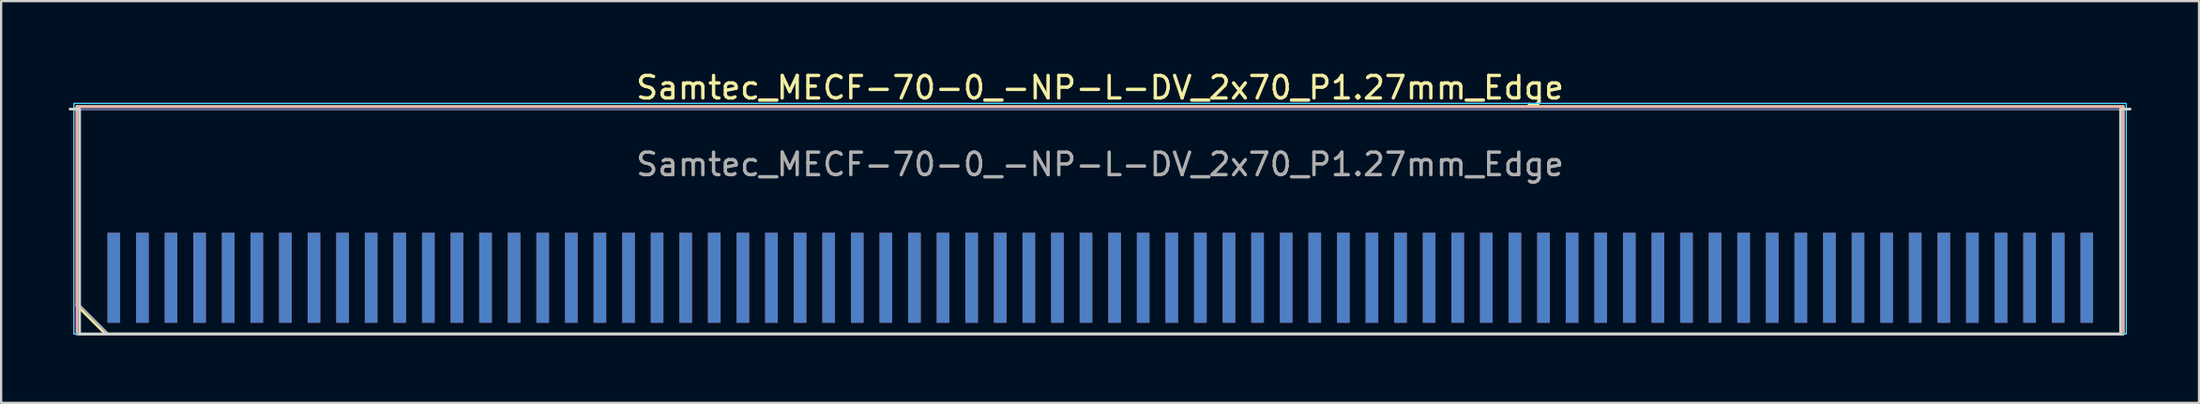
<source format=kicad_pcb>
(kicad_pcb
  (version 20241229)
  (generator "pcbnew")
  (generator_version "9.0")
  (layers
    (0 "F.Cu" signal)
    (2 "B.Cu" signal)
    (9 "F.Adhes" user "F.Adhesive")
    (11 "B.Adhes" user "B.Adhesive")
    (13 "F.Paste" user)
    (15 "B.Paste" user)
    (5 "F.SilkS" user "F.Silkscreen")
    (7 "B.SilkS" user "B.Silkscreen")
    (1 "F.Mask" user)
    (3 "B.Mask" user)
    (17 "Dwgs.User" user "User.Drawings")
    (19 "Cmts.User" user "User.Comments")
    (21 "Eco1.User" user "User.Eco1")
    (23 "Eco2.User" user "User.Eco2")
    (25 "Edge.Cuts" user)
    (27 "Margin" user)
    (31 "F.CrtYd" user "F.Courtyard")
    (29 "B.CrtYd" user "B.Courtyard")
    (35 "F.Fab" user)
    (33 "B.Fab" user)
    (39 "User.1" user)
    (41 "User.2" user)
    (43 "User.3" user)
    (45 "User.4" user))
  (footprint "Samtec_MECF-70-0_-NP-L-DV_2x70_P1.27mm_Edge"
    (layer "F.Cu")
    (at 45.81 6.798)
    (property "Reference" "Samtec_MECF-70-0_-NP-L-DV_2x70_P1.27mm_Edge" (at 0 -5.95 0) (layer "F.SilkS") (effects (font (size 1 1) (thickness 0.15))))
    (attr exclude_from_pos_files exclude_from_bom)
    (fp_line (start -45.44 -5.11) (end 45.44 -5.11) (stroke (width 0.12) (type solid)) (layer "F.SilkS"))
    (fp_line (start -45.44 3.73) (end -45.44 -5.11) (stroke (width 0.12) (type solid)) (layer "F.SilkS"))
    (fp_line (start -44.17 5) (end -45.44 3.73) (stroke (width 0.12) (type solid)) (layer "F.SilkS"))
    (fp_line (start -44.17 5) (end 45.44 5) (stroke (width 0.12) (type solid)) (layer "F.SilkS"))
    (fp_line (start 45.44 5) (end 45.44 -5.11) (stroke (width 0.12) (type solid)) (layer "F.SilkS"))
    (fp_line (start -45.44 -5.11) (end 45.44 -5.11) (stroke (width 0.12) (type solid)) (layer "B.SilkS"))
    (fp_line (start -45.44 5) (end -45.44 -5.11) (stroke (width 0.12) (type solid)) (layer "B.SilkS"))
    (fp_line (start -45.44 5) (end 45.44 5) (stroke (width 0.12) (type solid)) (layer "B.SilkS"))
    (fp_line (start 45.44 5) (end 45.44 -5.11) (stroke (width 0.12) (type solid)) (layer "B.SilkS"))
    (fp_line (start -45.75 -5) (end -45.325 -5) (stroke (width 0.12) (type solid)) (layer "Edge.Cuts"))
    (fp_line (start -45.325 5) (end -45.325 -5) (stroke (width 0.12) (type solid)) (layer "Edge.Cuts"))
    (fp_line (start -45.325 5) (end 45.325 5) (stroke (width 0.12) (type solid)) (layer "Edge.Cuts"))
    (fp_line (start 45.325 5) (end 45.325 -5) (stroke (width 0.12) (type solid)) (layer "Edge.Cuts"))
    (fp_line (start 45.75 -5) (end 45.325 -5) (stroke (width 0.12) (type solid)) (layer "Edge.Cuts"))
    (fp_rect (start -45.58 -5.25) (end 45.58 5) (stroke (width 0.05) (type solid)) (fill no) (layer "B.CrtYd"))
    (fp_rect (start -45.58 -5.25) (end 45.58 5) (stroke (width 0.05) (type solid)) (fill no) (layer "F.CrtYd"))
    (fp_line (start -45.325 -5) (end 45.325 -5) (stroke (width 0.1) (type solid)) (layer "B.Fab"))
    (fp_line (start -45.325 5) (end -45.325 -5) (stroke (width 0.1) (type solid)) (layer "B.Fab"))
    (fp_line (start -45.325 5) (end 45.325 5) (stroke (width 0.1) (type solid)) (layer "B.Fab"))
    (fp_line (start 45.325 5) (end 45.325 -5) (stroke (width 0.1) (type solid)) (layer "B.Fab"))
    (fp_line (start -45.325 -5) (end 45.325 -5) (stroke (width 0.1) (type solid)) (layer "F.Fab"))
    (fp_line (start -45.325 3.73) (end -45.325 -5) (stroke (width 0.1) (type solid)) (layer "F.Fab"))
    (fp_line (start -45.325 3.73) (end -44.055 5) (stroke (width 0.1) (type solid)) (layer "F.Fab"))
    (fp_line (start -44.055 5) (end 45.325 5) (stroke (width 0.1) (type solid)) (layer "F.Fab"))
    (fp_line (start 45.325 5) (end 45.325 -5) (stroke (width 0.1) (type solid)) (layer "F.Fab"))
    (fp_text user "${REFERENCE}" (at 0 -2.54 0) (layer "F.Fab") (effects (font (size 1 1) (thickness 0.15))))
    (pad "1" connect rect (at -43.805 2.5) (size 0.56 4) (layers "F.Cu" "F.Mask"))
    (pad "2" connect rect (at -43.805 2.5) (size 0.56 4) (layers "B.Cu" "B.Mask"))
    (pad "3" connect rect (at -42.535 2.5) (size 0.56 4) (layers "F.Cu" "F.Mask"))
    (pad "4" connect rect (at -42.535 2.5) (size 0.56 4) (layers "B.Cu" "B.Mask"))
    (pad "5" connect rect (at -41.265 2.5) (size 0.56 4) (layers "F.Cu" "F.Mask"))
    (pad "6" connect rect (at -41.265 2.5) (size 0.56 4) (layers "B.Cu" "B.Mask"))
    (pad "7" connect rect (at -39.995 2.5) (size 0.56 4) (layers "F.Cu" "F.Mask"))
    (pad "8" connect rect (at -39.995 2.5) (size 0.56 4) (layers "B.Cu" "B.Mask"))
    (pad "9" connect rect (at -38.725 2.5) (size 0.56 4) (layers "F.Cu" "F.Mask"))
    (pad "10" connect rect (at -38.725 2.5) (size 0.56 4) (layers "B.Cu" "B.Mask"))
    (pad "11" connect rect (at -37.455 2.5) (size 0.56 4) (layers "F.Cu" "F.Mask"))
    (pad "12" connect rect (at -37.455 2.5) (size 0.56 4) (layers "B.Cu" "B.Mask"))
    (pad "13" connect rect (at -36.185 2.5) (size 0.56 4) (layers "F.Cu" "F.Mask"))
    (pad "14" connect rect (at -36.185 2.5) (size 0.56 4) (layers "B.Cu" "B.Mask"))
    (pad "15" connect rect (at -34.915 2.5) (size 0.56 4) (layers "F.Cu" "F.Mask"))
    (pad "16" connect rect (at -34.915 2.5) (size 0.56 4) (layers "B.Cu" "B.Mask"))
    (pad "17" connect rect (at -33.645 2.5) (size 0.56 4) (layers "F.Cu" "F.Mask"))
    (pad "18" connect rect (at -33.645 2.5) (size 0.56 4) (layers "B.Cu" "B.Mask"))
    (pad "19" connect rect (at -32.375 2.5) (size 0.56 4) (layers "F.Cu" "F.Mask"))
    (pad "20" connect rect (at -32.375 2.5) (size 0.56 4) (layers "B.Cu" "B.Mask"))
    (pad "21" connect rect (at -31.105 2.5) (size 0.56 4) (layers "F.Cu" "F.Mask"))
    (pad "22" connect rect (at -31.105 2.5) (size 0.56 4) (layers "B.Cu" "B.Mask"))
    (pad "23" connect rect (at -29.835 2.5) (size 0.56 4) (layers "F.Cu" "F.Mask"))
    (pad "24" connect rect (at -29.835 2.5) (size 0.56 4) (layers "B.Cu" "B.Mask"))
    (pad "25" connect rect (at -28.565 2.5) (size 0.56 4) (layers "F.Cu" "F.Mask"))
    (pad "26" connect rect (at -28.565 2.5) (size 0.56 4) (layers "B.Cu" "B.Mask"))
    (pad "27" connect rect (at -27.295 2.5) (size 0.56 4) (layers "F.Cu" "F.Mask"))
    (pad "28" connect rect (at -27.295 2.5) (size 0.56 4) (layers "B.Cu" "B.Mask"))
    (pad "29" connect rect (at -26.025 2.5) (size 0.56 4) (layers "F.Cu" "F.Mask"))
    (pad "30" connect rect (at -26.025 2.5) (size 0.56 4) (layers "B.Cu" "B.Mask"))
    (pad "31" connect rect (at -24.755 2.5) (size 0.56 4) (layers "F.Cu" "F.Mask"))
    (pad "32" connect rect (at -24.755 2.5) (size 0.56 4) (layers "B.Cu" "B.Mask"))
    (pad "33" connect rect (at -23.485 2.5) (size 0.56 4) (layers "F.Cu" "F.Mask"))
    (pad "34" connect rect (at -23.485 2.5) (size 0.56 4) (layers "B.Cu" "B.Mask"))
    (pad "35" connect rect (at -22.215 2.5) (size 0.56 4) (layers "F.Cu" "F.Mask"))
    (pad "36" connect rect (at -22.215 2.5) (size 0.56 4) (layers "B.Cu" "B.Mask"))
    (pad "37" connect rect (at -20.945 2.5) (size 0.56 4) (layers "F.Cu" "F.Mask"))
    (pad "38" connect rect (at -20.945 2.5) (size 0.56 4) (layers "B.Cu" "B.Mask"))
    (pad "39" connect rect (at -19.675 2.5) (size 0.56 4) (layers "F.Cu" "F.Mask"))
    (pad "40" connect rect (at -19.675 2.5) (size 0.56 4) (layers "B.Cu" "B.Mask"))
    (pad "41" connect rect (at -18.405 2.5) (size 0.56 4) (layers "F.Cu" "F.Mask"))
    (pad "42" connect rect (at -18.405 2.5) (size 0.56 4) (layers "B.Cu" "B.Mask"))
    (pad "43" connect rect (at -17.135 2.5) (size 0.56 4) (layers "F.Cu" "F.Mask"))
    (pad "44" connect rect (at -17.135 2.5) (size 0.56 4) (layers "B.Cu" "B.Mask"))
    (pad "45" connect rect (at -15.865 2.5) (size 0.56 4) (layers "F.Cu" "F.Mask"))
    (pad "46" connect rect (at -15.865 2.5) (size 0.56 4) (layers "B.Cu" "B.Mask"))
    (pad "47" connect rect (at -14.595 2.5) (size 0.56 4) (layers "F.Cu" "F.Mask"))
    (pad "48" connect rect (at -14.595 2.5) (size 0.56 4) (layers "B.Cu" "B.Mask"))
    (pad "49" connect rect (at -13.325 2.5) (size 0.56 4) (layers "F.Cu" "F.Mask"))
    (pad "50" connect rect (at -13.325 2.5) (size 0.56 4) (layers "B.Cu" "B.Mask"))
    (pad "51" connect rect (at -12.055 2.5) (size 0.56 4) (layers "F.Cu" "F.Mask"))
    (pad "52" connect rect (at -12.055 2.5) (size 0.56 4) (layers "B.Cu" "B.Mask"))
    (pad "53" connect rect (at -10.785 2.5) (size 0.56 4) (layers "F.Cu" "F.Mask"))
    (pad "54" connect rect (at -10.785 2.5) (size 0.56 4) (layers "B.Cu" "B.Mask"))
    (pad "55" connect rect (at -9.515 2.5) (size 0.56 4) (layers "F.Cu" "F.Mask"))
    (pad "56" connect rect (at -9.515 2.5) (size 0.56 4) (layers "B.Cu" "B.Mask"))
    (pad "57" connect rect (at -8.245 2.5) (size 0.56 4) (layers "F.Cu" "F.Mask"))
    (pad "58" connect rect (at -8.245 2.5) (size 0.56 4) (layers "B.Cu" "B.Mask"))
    (pad "59" connect rect (at -6.975 2.5) (size 0.56 4) (layers "F.Cu" "F.Mask"))
    (pad "60" connect rect (at -6.975 2.5) (size 0.56 4) (layers "B.Cu" "B.Mask"))
    (pad "61" connect rect (at -5.705 2.5) (size 0.56 4) (layers "F.Cu" "F.Mask"))
    (pad "62" connect rect (at -5.705 2.5) (size 0.56 4) (layers "B.Cu" "B.Mask"))
    (pad "63" connect rect (at -4.435 2.5) (size 0.56 4) (layers "F.Cu" "F.Mask"))
    (pad "64" connect rect (at -4.435 2.5) (size 0.56 4) (layers "B.Cu" "B.Mask"))
    (pad "65" connect rect (at -3.165 2.5) (size 0.56 4) (layers "F.Cu" "F.Mask"))
    (pad "66" connect rect (at -3.165 2.5) (size 0.56 4) (layers "B.Cu" "B.Mask"))
    (pad "67" connect rect (at -1.895 2.5) (size 0.56 4) (layers "F.Cu" "F.Mask"))
    (pad "68" connect rect (at -1.895 2.5) (size 0.56 4) (layers "B.Cu" "B.Mask"))
    (pad "69" connect rect (at -0.625 2.5) (size 0.56 4) (layers "F.Cu" "F.Mask"))
    (pad "70" connect rect (at -0.625 2.5) (size 0.56 4) (layers "B.Cu" "B.Mask"))
    (pad "71" connect rect (at 0.645 2.5) (size 0.56 4) (layers "F.Cu" "F.Mask"))
    (pad "72" connect rect (at 0.645 2.5) (size 0.56 4) (layers "B.Cu" "B.Mask"))
    (pad "73" connect rect (at 1.915 2.5) (size 0.56 4) (layers "F.Cu" "F.Mask"))
    (pad "74" connect rect (at 1.915 2.5) (size 0.56 4) (layers "B.Cu" "B.Mask"))
    (pad "75" connect rect (at 3.185 2.5) (size 0.56 4) (layers "F.Cu" "F.Mask"))
    (pad "76" connect rect (at 3.185 2.5) (size 0.56 4) (layers "B.Cu" "B.Mask"))
    (pad "77" connect rect (at 4.455 2.5) (size 0.56 4) (layers "F.Cu" "F.Mask"))
    (pad "78" connect rect (at 4.455 2.5) (size 0.56 4) (layers "B.Cu" "B.Mask"))
    (pad "79" connect rect (at 5.725 2.5) (size 0.56 4) (layers "F.Cu" "F.Mask"))
    (pad "80" connect rect (at 5.725 2.5) (size 0.56 4) (layers "B.Cu" "B.Mask"))
    (pad "81" connect rect (at 6.995 2.5) (size 0.56 4) (layers "F.Cu" "F.Mask"))
    (pad "82" connect rect (at 6.995 2.5) (size 0.56 4) (layers "B.Cu" "B.Mask"))
    (pad "83" connect rect (at 8.265 2.5) (size 0.56 4) (layers "F.Cu" "F.Mask"))
    (pad "84" connect rect (at 8.265 2.5) (size 0.56 4) (layers "B.Cu" "B.Mask"))
    (pad "85" connect rect (at 9.535 2.5) (size 0.56 4) (layers "F.Cu" "F.Mask"))
    (pad "86" connect rect (at 9.535 2.5) (size 0.56 4) (layers "B.Cu" "B.Mask"))
    (pad "87" connect rect (at 10.805 2.5) (size 0.56 4) (layers "F.Cu" "F.Mask"))
    (pad "88" connect rect (at 10.805 2.5) (size 0.56 4) (layers "B.Cu" "B.Mask"))
    (pad "89" connect rect (at 12.075 2.5) (size 0.56 4) (layers "F.Cu" "F.Mask"))
    (pad "90" connect rect (at 12.075 2.5) (size 0.56 4) (layers "B.Cu" "B.Mask"))
    (pad "91" connect rect (at 13.345 2.5) (size 0.56 4) (layers "F.Cu" "F.Mask"))
    (pad "92" connect rect (at 13.345 2.5) (size 0.56 4) (layers "B.Cu" "B.Mask"))
    (pad "93" connect rect (at 14.615 2.5) (size 0.56 4) (layers "F.Cu" "F.Mask"))
    (pad "94" connect rect (at 14.615 2.5) (size 0.56 4) (layers "B.Cu" "B.Mask"))
    (pad "95" connect rect (at 15.885 2.5) (size 0.56 4) (layers "F.Cu" "F.Mask"))
    (pad "96" connect rect (at 15.885 2.5) (size 0.56 4) (layers "B.Cu" "B.Mask"))
    (pad "97" connect rect (at 17.155 2.5) (size 0.56 4) (layers "F.Cu" "F.Mask"))
    (pad "98" connect rect (at 17.155 2.5) (size 0.56 4) (layers "B.Cu" "B.Mask"))
    (pad "99" connect rect (at 18.425 2.5) (size 0.56 4) (layers "F.Cu" "F.Mask"))
    (pad "100" connect rect (at 18.425 2.5) (size 0.56 4) (layers "B.Cu" "B.Mask"))
    (pad "101" connect rect (at 19.695 2.5) (size 0.56 4) (layers "F.Cu" "F.Mask"))
    (pad "102" connect rect (at 19.695 2.5) (size 0.56 4) (layers "B.Cu" "B.Mask"))
    (pad "103" connect rect (at 20.965 2.5) (size 0.56 4) (layers "F.Cu" "F.Mask"))
    (pad "104" connect rect (at 20.965 2.5) (size 0.56 4) (layers "B.Cu" "B.Mask"))
    (pad "105" connect rect (at 22.235 2.5) (size 0.56 4) (layers "F.Cu" "F.Mask"))
    (pad "106" connect rect (at 22.235 2.5) (size 0.56 4) (layers "B.Cu" "B.Mask"))
    (pad "107" connect rect (at 23.505 2.5) (size 0.56 4) (layers "F.Cu" "F.Mask"))
    (pad "108" connect rect (at 23.505 2.5) (size 0.56 4) (layers "B.Cu" "B.Mask"))
    (pad "109" connect rect (at 24.775 2.5) (size 0.56 4) (layers "F.Cu" "F.Mask"))
    (pad "110" connect rect (at 24.775 2.5) (size 0.56 4) (layers "B.Cu" "B.Mask"))
    (pad "111" connect rect (at 26.045 2.5) (size 0.56 4) (layers "F.Cu" "F.Mask"))
    (pad "112" connect rect (at 26.045 2.5) (size 0.56 4) (layers "B.Cu" "B.Mask"))
    (pad "113" connect rect (at 27.315 2.5) (size 0.56 4) (layers "F.Cu" "F.Mask"))
    (pad "114" connect rect (at 27.315 2.5) (size 0.56 4) (layers "B.Cu" "B.Mask"))
    (pad "115" connect rect (at 28.585 2.5) (size 0.56 4) (layers "F.Cu" "F.Mask"))
    (pad "116" connect rect (at 28.585 2.5) (size 0.56 4) (layers "B.Cu" "B.Mask"))
    (pad "117" connect rect (at 29.855 2.5) (size 0.56 4) (layers "F.Cu" "F.Mask"))
    (pad "118" connect rect (at 29.855 2.5) (size 0.56 4) (layers "B.Cu" "B.Mask"))
    (pad "119" connect rect (at 31.125 2.5) (size 0.56 4) (layers "F.Cu" "F.Mask"))
    (pad "120" connect rect (at 31.125 2.5) (size 0.56 4) (layers "B.Cu" "B.Mask"))
    (pad "121" connect rect (at 32.395 2.5) (size 0.56 4) (layers "F.Cu" "F.Mask"))
    (pad "122" connect rect (at 32.395 2.5) (size 0.56 4) (layers "B.Cu" "B.Mask"))
    (pad "123" connect rect (at 33.665 2.5) (size 0.56 4) (layers "F.Cu" "F.Mask"))
    (pad "124" connect rect (at 33.665 2.5) (size 0.56 4) (layers "B.Cu" "B.Mask"))
    (pad "125" connect rect (at 34.935 2.5) (size 0.56 4) (layers "F.Cu" "F.Mask"))
    (pad "126" connect rect (at 34.935 2.5) (size 0.56 4) (layers "B.Cu" "B.Mask"))
    (pad "127" connect rect (at 36.205 2.5) (size 0.56 4) (layers "F.Cu" "F.Mask"))
    (pad "128" connect rect (at 36.205 2.5) (size 0.56 4) (layers "B.Cu" "B.Mask"))
    (pad "129" connect rect (at 37.475 2.5) (size 0.56 4) (layers "F.Cu" "F.Mask"))
    (pad "130" connect rect (at 37.475 2.5) (size 0.56 4) (layers "B.Cu" "B.Mask"))
    (pad "131" connect rect (at 38.745 2.5) (size 0.56 4) (layers "F.Cu" "F.Mask"))
    (pad "132" connect rect (at 38.745 2.5) (size 0.56 4) (layers "B.Cu" "B.Mask"))
    (pad "133" connect rect (at 40.015 2.5) (size 0.56 4) (layers "F.Cu" "F.Mask"))
    (pad "134" connect rect (at 40.015 2.5) (size 0.56 4) (layers "B.Cu" "B.Mask"))
    (pad "135" connect rect (at 41.285 2.5) (size 0.56 4) (layers "F.Cu" "F.Mask"))
    (pad "136" connect rect (at 41.285 2.5) (size 0.56 4) (layers "B.Cu" "B.Mask"))
    (pad "137" connect rect (at 42.555 2.5) (size 0.56 4) (layers "F.Cu" "F.Mask"))
    (pad "138" connect rect (at 42.555 2.5) (size 0.56 4) (layers "B.Cu" "B.Mask"))
    (pad "139" connect rect (at 43.825 2.5) (size 0.56 4) (layers "F.Cu" "F.Mask"))
    (pad "140" connect rect (at 43.825 2.5) (size 0.56 4) (layers "B.Cu" "B.Mask")))
  (gr_rect
    (start -3 -3)
    (end 94.62 14.858)
    (stroke (width 0.1) (type default))
    (fill no)
    (layer "Edge.Cuts")))
</source>
